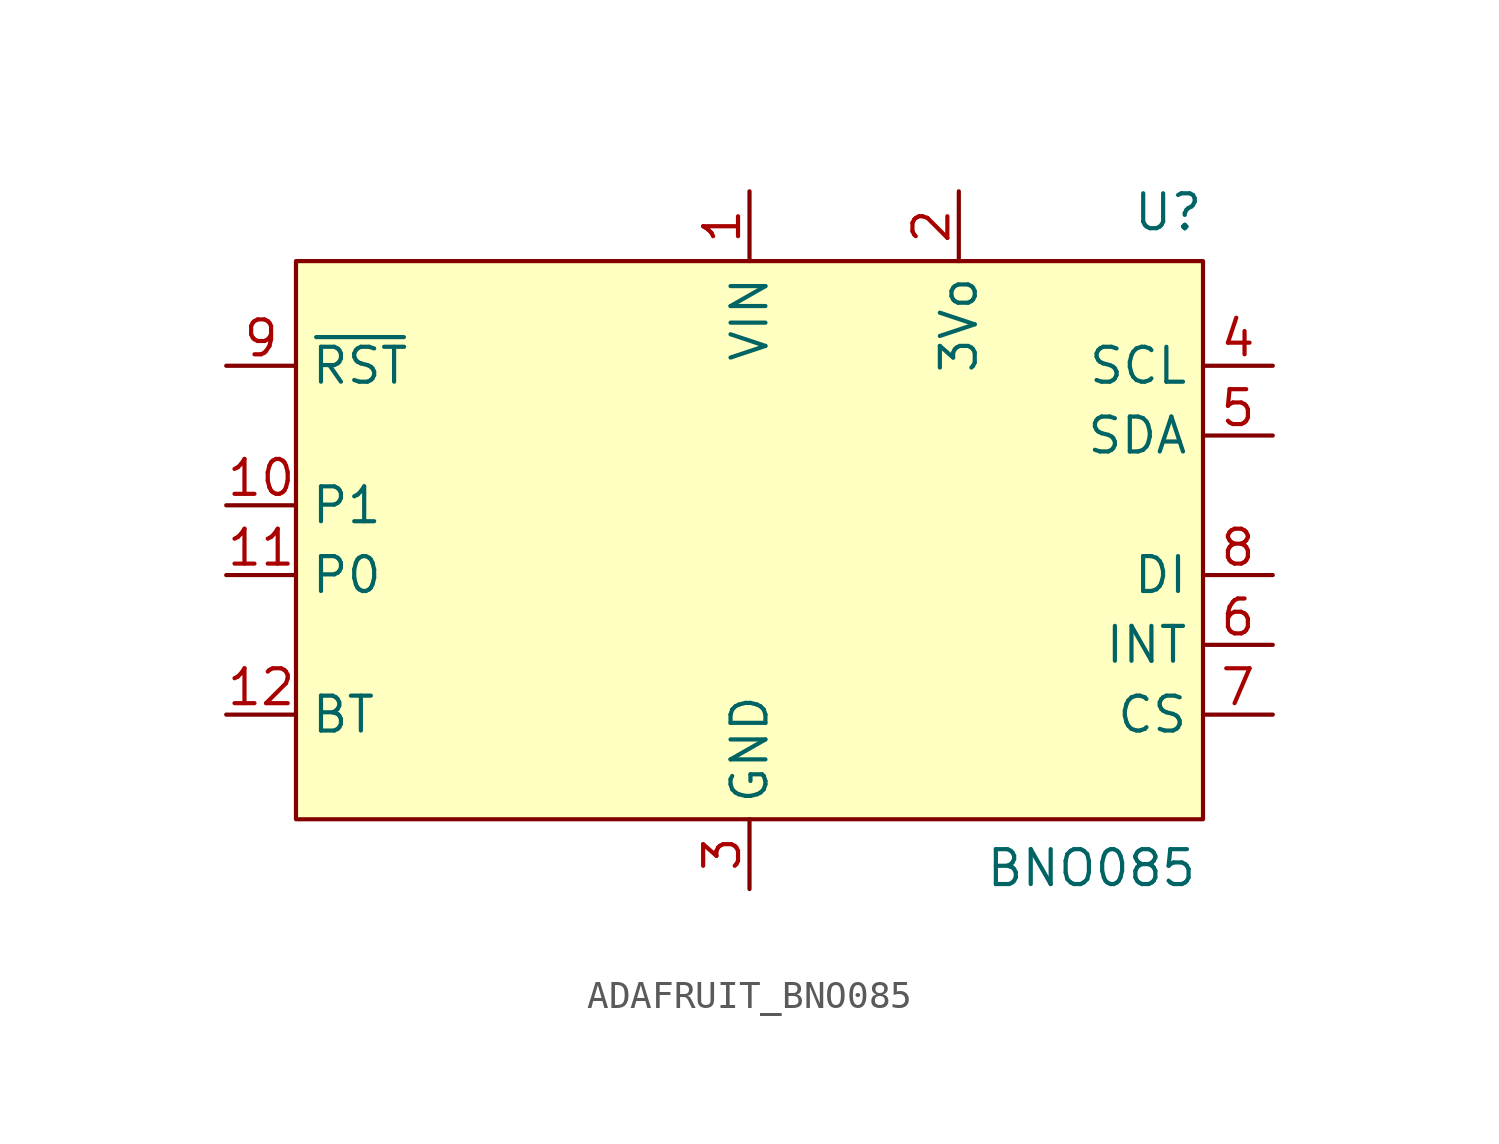
<source format=kicad_sym>
(kicad_symbol_lib
  (version 20241209)
  (generator "kicad_symbol_editor")
  (generator_version "9.0")
  (symbol "ADAFRUIT_BNO085"
    (property "Reference" "U"
      (at 15.24 10.668 0)
      (effects (font (size 1.27 1.27))))
    (property "Value" "BNO085"
      (at 12.446 -13.208 0)
      (effects (font (size 1.27 1.27))))
    (symbol "ADAFRUIT_BNO085_1_1"
      (rectangle (start -16.51 8.89) (end 16.51 -11.43) (stroke (width 0) (type solid)) (fill (type background)))
      (pin input line (at -19.05 5.08 0) (length 2.54) (name "~{RST}" (effects (font (size 1.27 1.27)))) (number "9" (effects (font (size 1.27 1.27)))))
      (pin input line (at -19.05 0 0) (length 2.54) (name "P1" (effects (font (size 1.27 1.27)))) (number "10" (effects (font (size 1.27 1.27)))))
      (pin input line (at -19.05 -2.54 0) (length 2.54) (name "P0" (effects (font (size 1.27 1.27)))) (number "11" (effects (font (size 1.27 1.27)))))
      (pin input line (at -19.05 -7.62 0) (length 2.54) (name "BT" (effects (font (size 1.27 1.27)))) (number "12" (effects (font (size 1.27 1.27)))))
      (pin power_in line (at 0 11.43 270) (length 2.54) (name "VIN" (effects (font (size 1.27 1.27)))) (number "1" (effects (font (size 1.27 1.27)))))
      (pin power_in line (at 0 -13.97 90) (length 2.54) (name "GND" (effects (font (size 1.27 1.27)))) (number "3" (effects (font (size 1.27 1.27)))))
      (pin power_out line (at 7.62 11.43 270) (length 2.54) (name "3Vo" (effects (font (size 1.27 1.27)))) (number "2" (effects (font (size 1.27 1.27)))))
      (pin open_collector line (at 19.05 5.08 180) (length 2.54) (name "SCL" (effects (font (size 1.27 1.27)))) (number "4" (effects (font (size 1.27 1.27)))))
      (pin open_collector line (at 19.05 2.54 180) (length 2.54) (name "SDA" (effects (font (size 1.27 1.27)))) (number "5" (effects (font (size 1.27 1.27)))))
      (pin input line (at 19.05 -2.54 180) (length 2.54) (name "DI" (effects (font (size 1.27 1.27)))) (number "8" (effects (font (size 1.27 1.27)))))
      (pin output line (at 19.05 -5.08 180) (length 2.54) (name "INT" (effects (font (size 1.27 1.27)))) (number "6" (effects (font (size 1.27 1.27)))))
      (pin input line (at 19.05 -7.62 180) (length 2.54) (name "CS" (effects (font (size 1.27 1.27)))) (number "7" (effects (font (size 1.27 1.27))))))))
</source>
